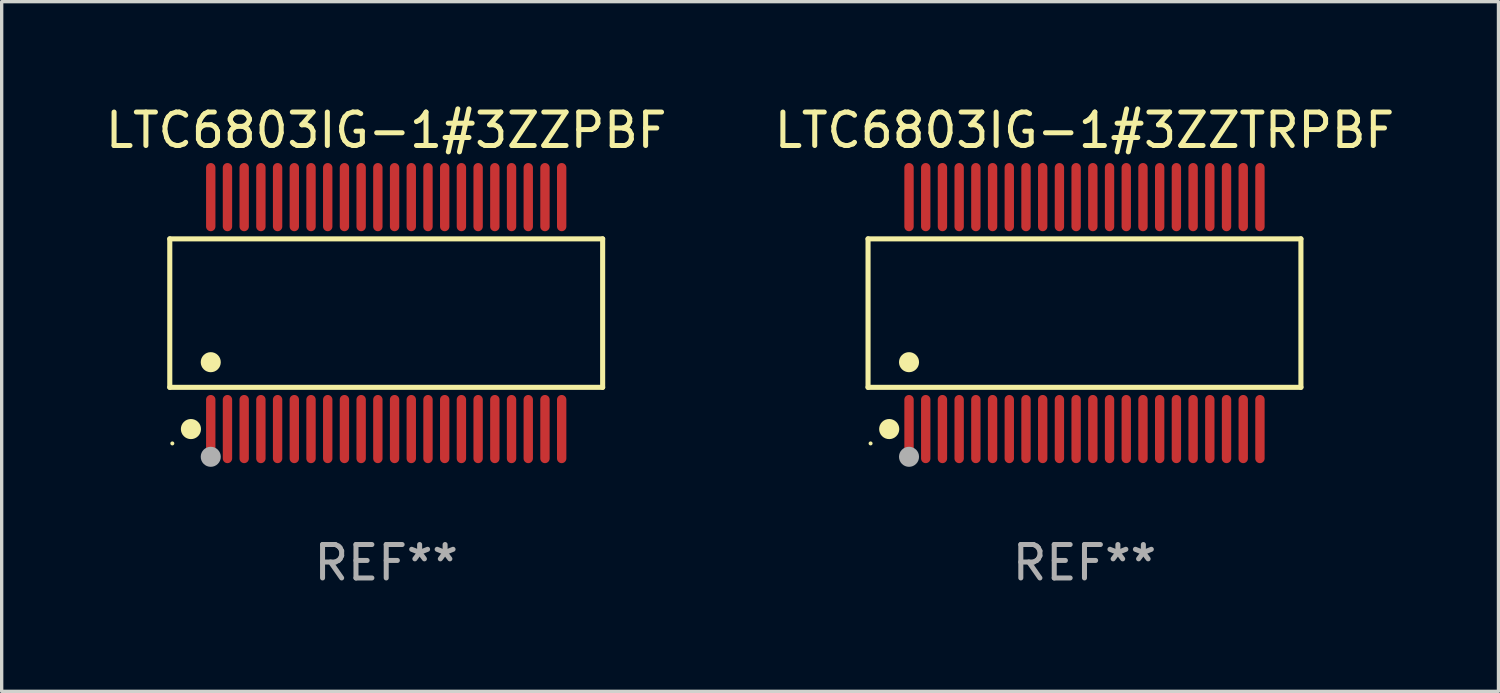
<source format=kicad_pcb>
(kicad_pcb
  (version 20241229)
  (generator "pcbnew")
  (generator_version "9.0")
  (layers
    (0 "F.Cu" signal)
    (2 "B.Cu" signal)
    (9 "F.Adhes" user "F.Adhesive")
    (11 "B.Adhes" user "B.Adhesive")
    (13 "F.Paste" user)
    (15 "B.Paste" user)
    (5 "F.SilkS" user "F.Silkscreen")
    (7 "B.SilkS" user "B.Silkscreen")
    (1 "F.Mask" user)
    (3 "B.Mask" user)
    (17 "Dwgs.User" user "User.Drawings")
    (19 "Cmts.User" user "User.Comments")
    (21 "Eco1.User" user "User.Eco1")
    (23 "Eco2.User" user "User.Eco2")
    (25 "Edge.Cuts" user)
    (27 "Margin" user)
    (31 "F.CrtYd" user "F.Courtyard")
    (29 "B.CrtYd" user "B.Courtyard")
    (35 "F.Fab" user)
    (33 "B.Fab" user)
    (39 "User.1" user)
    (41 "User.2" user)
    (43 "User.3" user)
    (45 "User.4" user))
  (footprint "LTC6803IG-1#3ZZTRPBF"
    (layer "F.Cu")
    (at 29.399 6.318)
    (property "Reference" "LTC6803IG-1#3ZZTRPBF" (at 0 -5.47 0) (layer "F.SilkS") (effects (font (size 1 1) (thickness 0.15))))
    (attr through_hole)
    (fp_line (start -6.476 -2.221) (end 6.476 -2.221) (stroke (width 0.152) (type solid)) (layer "F.SilkS"))
    (fp_line (start -6.476 2.221) (end -6.476 -2.221) (stroke (width 0.152) (type solid)) (layer "F.SilkS"))
    (fp_line (start 6.476 -2.221) (end 6.476 2.221) (stroke (width 0.152) (type solid)) (layer "F.SilkS"))
    (fp_line (start 6.476 2.221) (end -6.476 2.221) (stroke (width 0.152) (type solid)) (layer "F.SilkS"))
    (fp_circle (center -6.4 3.9) (end -6.37 3.9) (stroke (width 0.06) (type solid)) (fill no) (layer "F.SilkS"))
    (fp_circle (center -5.843 3.47) (end -5.692 3.47) (stroke (width 0.3) (type solid)) (fill no) (layer "F.SilkS"))
    (fp_circle (center -5.25 1.469) (end -5.1 1.469) (stroke (width 0.3) (type solid)) (fill no) (layer "F.SilkS"))
    (fp_circle (center -5.25 4.3) (end -5.1 4.3) (stroke (width 0.3) (type solid)) (fill no) (layer "F.Fab"))
    (fp_text user "REF**" (at 0 7.47 0) (layer "F.Fab") (effects (font (size 1 1) (thickness 0.15))))
    (pad "1" smd oval (at -5.25 3.47) (size 0.28 2.04) (layers "F.Cu" "F.Mask" "F.Paste"))
    (pad "2" smd oval (at -4.75 3.47) (size 0.28 2.04) (layers "F.Cu" "F.Mask" "F.Paste"))
    (pad "3" smd oval (at -4.25 3.47) (size 0.28 2.04) (layers "F.Cu" "F.Mask" "F.Paste"))
    (pad "4" smd oval (at -3.75 3.47) (size 0.28 2.04) (layers "F.Cu" "F.Mask" "F.Paste"))
    (pad "5" smd oval (at -3.25 3.47) (size 0.28 2.04) (layers "F.Cu" "F.Mask" "F.Paste"))
    (pad "6" smd oval (at -2.75 3.47) (size 0.28 2.04) (layers "F.Cu" "F.Mask" "F.Paste"))
    (pad "7" smd oval (at -2.25 3.47) (size 0.28 2.04) (layers "F.Cu" "F.Mask" "F.Paste"))
    (pad "8" smd oval (at -1.75 3.47) (size 0.28 2.04) (layers "F.Cu" "F.Mask" "F.Paste"))
    (pad "9" smd oval (at -1.25 3.47) (size 0.28 2.04) (layers "F.Cu" "F.Mask" "F.Paste"))
    (pad "10" smd oval (at -0.75 3.47) (size 0.28 2.04) (layers "F.Cu" "F.Mask" "F.Paste"))
    (pad "11" smd oval (at -0.25 3.47) (size 0.28 2.04) (layers "F.Cu" "F.Mask" "F.Paste"))
    (pad "12" smd oval (at 0.25 3.47) (size 0.28 2.04) (layers "F.Cu" "F.Mask" "F.Paste"))
    (pad "13" smd oval (at 0.75 3.47) (size 0.28 2.04) (layers "F.Cu" "F.Mask" "F.Paste"))
    (pad "14" smd oval (at 1.25 3.47) (size 0.28 2.04) (layers "F.Cu" "F.Mask" "F.Paste"))
    (pad "15" smd oval (at 1.75 3.47) (size 0.28 2.04) (layers "F.Cu" "F.Mask" "F.Paste"))
    (pad "16" smd oval (at 2.25 3.47) (size 0.28 2.04) (layers "F.Cu" "F.Mask" "F.Paste"))
    (pad "17" smd oval (at 2.75 3.47) (size 0.28 2.04) (layers "F.Cu" "F.Mask" "F.Paste"))
    (pad "18" smd oval (at 3.25 3.47) (size 0.28 2.04) (layers "F.Cu" "F.Mask" "F.Paste"))
    (pad "19" smd oval (at 3.75 3.47) (size 0.28 2.04) (layers "F.Cu" "F.Mask" "F.Paste"))
    (pad "20" smd oval (at 4.25 3.47) (size 0.28 2.04) (layers "F.Cu" "F.Mask" "F.Paste"))
    (pad "21" smd oval (at 4.75 3.47) (size 0.28 2.04) (layers "F.Cu" "F.Mask" "F.Paste"))
    (pad "22" smd oval (at 5.25 3.47) (size 0.28 2.04) (layers "F.Cu" "F.Mask" "F.Paste"))
    (pad "23" smd oval (at 5.25 -3.47) (size 0.28 2.04) (layers "F.Cu" "F.Mask" "F.Paste"))
    (pad "24" smd oval (at 4.75 -3.47) (size 0.28 2.04) (layers "F.Cu" "F.Mask" "F.Paste"))
    (pad "25" smd oval (at 4.25 -3.47) (size 0.28 2.04) (layers "F.Cu" "F.Mask" "F.Paste"))
    (pad "26" smd oval (at 3.75 -3.47) (size 0.28 2.04) (layers "F.Cu" "F.Mask" "F.Paste"))
    (pad "27" smd oval (at 3.25 -3.47) (size 0.28 2.04) (layers "F.Cu" "F.Mask" "F.Paste"))
    (pad "28" smd oval (at 2.75 -3.47) (size 0.28 2.04) (layers "F.Cu" "F.Mask" "F.Paste"))
    (pad "29" smd oval (at 2.25 -3.47) (size 0.28 2.04) (layers "F.Cu" "F.Mask" "F.Paste"))
    (pad "30" smd oval (at 1.75 -3.47) (size 0.28 2.04) (layers "F.Cu" "F.Mask" "F.Paste"))
    (pad "31" smd oval (at 1.25 -3.47) (size 0.28 2.04) (layers "F.Cu" "F.Mask" "F.Paste"))
    (pad "32" smd oval (at 0.75 -3.47) (size 0.28 2.04) (layers "F.Cu" "F.Mask" "F.Paste"))
    (pad "33" smd oval (at 0.25 -3.47) (size 0.28 2.04) (layers "F.Cu" "F.Mask" "F.Paste"))
    (pad "34" smd oval (at -0.25 -3.47) (size 0.28 2.04) (layers "F.Cu" "F.Mask" "F.Paste"))
    (pad "35" smd oval (at -0.75 -3.47) (size 0.28 2.04) (layers "F.Cu" "F.Mask" "F.Paste"))
    (pad "36" smd oval (at -1.25 -3.47) (size 0.28 2.04) (layers "F.Cu" "F.Mask" "F.Paste"))
    (pad "37" smd oval (at -1.75 -3.47) (size 0.28 2.04) (layers "F.Cu" "F.Mask" "F.Paste"))
    (pad "38" smd oval (at -2.25 -3.47) (size 0.28 2.04) (layers "F.Cu" "F.Mask" "F.Paste"))
    (pad "39" smd oval (at -2.75 -3.47) (size 0.28 2.04) (layers "F.Cu" "F.Mask" "F.Paste"))
    (pad "40" smd oval (at -3.25 -3.47) (size 0.28 2.04) (layers "F.Cu" "F.Mask" "F.Paste"))
    (pad "41" smd oval (at -3.75 -3.47) (size 0.28 2.04) (layers "F.Cu" "F.Mask" "F.Paste"))
    (pad "42" smd oval (at -4.25 -3.47) (size 0.28 2.04) (layers "F.Cu" "F.Mask" "F.Paste"))
    (pad "43" smd oval (at -4.75 -3.47) (size 0.28 2.04) (layers "F.Cu" "F.Mask" "F.Paste"))
    (pad "44" smd oval (at -5.25 -3.47) (size 0.28 2.04) (layers "F.Cu" "F.Mask" "F.Paste")))
  (footprint "LTC6803IG-1#3ZZPBF"
    (layer "F.Cu")
    (at 8.506 6.318)
    (property "Reference" "LTC6803IG-1#3ZZPBF" (at 0 -5.47 0) (layer "F.SilkS") (effects (font (size 1 1) (thickness 0.15))))
    (attr through_hole)
    (fp_line (start -6.476 -2.221) (end 6.476 -2.221) (stroke (width 0.152) (type solid)) (layer "F.SilkS"))
    (fp_line (start -6.476 2.221) (end -6.476 -2.221) (stroke (width 0.152) (type solid)) (layer "F.SilkS"))
    (fp_line (start 6.476 -2.221) (end 6.476 2.221) (stroke (width 0.152) (type solid)) (layer "F.SilkS"))
    (fp_line (start 6.476 2.221) (end -6.476 2.221) (stroke (width 0.152) (type solid)) (layer "F.SilkS"))
    (fp_circle (center -6.4 3.9) (end -6.37 3.9) (stroke (width 0.06) (type solid)) (fill no) (layer "F.SilkS"))
    (fp_circle (center -5.843 3.47) (end -5.692 3.47) (stroke (width 0.3) (type solid)) (fill no) (layer "F.SilkS"))
    (fp_circle (center -5.25 1.469) (end -5.1 1.469) (stroke (width 0.3) (type solid)) (fill no) (layer "F.SilkS"))
    (fp_circle (center -5.25 4.3) (end -5.1 4.3) (stroke (width 0.3) (type solid)) (fill no) (layer "F.Fab"))
    (fp_text user "REF**" (at 0 7.47 0) (layer "F.Fab") (effects (font (size 1 1) (thickness 0.15))))
    (pad "1" smd oval (at -5.25 3.47) (size 0.28 2.04) (layers "F.Cu" "F.Mask" "F.Paste"))
    (pad "2" smd oval (at -4.75 3.47) (size 0.28 2.04) (layers "F.Cu" "F.Mask" "F.Paste"))
    (pad "3" smd oval (at -4.25 3.47) (size 0.28 2.04) (layers "F.Cu" "F.Mask" "F.Paste"))
    (pad "4" smd oval (at -3.75 3.47) (size 0.28 2.04) (layers "F.Cu" "F.Mask" "F.Paste"))
    (pad "5" smd oval (at -3.25 3.47) (size 0.28 2.04) (layers "F.Cu" "F.Mask" "F.Paste"))
    (pad "6" smd oval (at -2.75 3.47) (size 0.28 2.04) (layers "F.Cu" "F.Mask" "F.Paste"))
    (pad "7" smd oval (at -2.25 3.47) (size 0.28 2.04) (layers "F.Cu" "F.Mask" "F.Paste"))
    (pad "8" smd oval (at -1.75 3.47) (size 0.28 2.04) (layers "F.Cu" "F.Mask" "F.Paste"))
    (pad "9" smd oval (at -1.25 3.47) (size 0.28 2.04) (layers "F.Cu" "F.Mask" "F.Paste"))
    (pad "10" smd oval (at -0.75 3.47) (size 0.28 2.04) (layers "F.Cu" "F.Mask" "F.Paste"))
    (pad "11" smd oval (at -0.25 3.47) (size 0.28 2.04) (layers "F.Cu" "F.Mask" "F.Paste"))
    (pad "12" smd oval (at 0.25 3.47) (size 0.28 2.04) (layers "F.Cu" "F.Mask" "F.Paste"))
    (pad "13" smd oval (at 0.75 3.47) (size 0.28 2.04) (layers "F.Cu" "F.Mask" "F.Paste"))
    (pad "14" smd oval (at 1.25 3.47) (size 0.28 2.04) (layers "F.Cu" "F.Mask" "F.Paste"))
    (pad "15" smd oval (at 1.75 3.47) (size 0.28 2.04) (layers "F.Cu" "F.Mask" "F.Paste"))
    (pad "16" smd oval (at 2.25 3.47) (size 0.28 2.04) (layers "F.Cu" "F.Mask" "F.Paste"))
    (pad "17" smd oval (at 2.75 3.47) (size 0.28 2.04) (layers "F.Cu" "F.Mask" "F.Paste"))
    (pad "18" smd oval (at 3.25 3.47) (size 0.28 2.04) (layers "F.Cu" "F.Mask" "F.Paste"))
    (pad "19" smd oval (at 3.75 3.47) (size 0.28 2.04) (layers "F.Cu" "F.Mask" "F.Paste"))
    (pad "20" smd oval (at 4.25 3.47) (size 0.28 2.04) (layers "F.Cu" "F.Mask" "F.Paste"))
    (pad "21" smd oval (at 4.75 3.47) (size 0.28 2.04) (layers "F.Cu" "F.Mask" "F.Paste"))
    (pad "22" smd oval (at 5.25 3.47) (size 0.28 2.04) (layers "F.Cu" "F.Mask" "F.Paste"))
    (pad "23" smd oval (at 5.25 -3.47) (size 0.28 2.04) (layers "F.Cu" "F.Mask" "F.Paste"))
    (pad "24" smd oval (at 4.75 -3.47) (size 0.28 2.04) (layers "F.Cu" "F.Mask" "F.Paste"))
    (pad "25" smd oval (at 4.25 -3.47) (size 0.28 2.04) (layers "F.Cu" "F.Mask" "F.Paste"))
    (pad "26" smd oval (at 3.75 -3.47) (size 0.28 2.04) (layers "F.Cu" "F.Mask" "F.Paste"))
    (pad "27" smd oval (at 3.25 -3.47) (size 0.28 2.04) (layers "F.Cu" "F.Mask" "F.Paste"))
    (pad "28" smd oval (at 2.75 -3.47) (size 0.28 2.04) (layers "F.Cu" "F.Mask" "F.Paste"))
    (pad "29" smd oval (at 2.25 -3.47) (size 0.28 2.04) (layers "F.Cu" "F.Mask" "F.Paste"))
    (pad "30" smd oval (at 1.75 -3.47) (size 0.28 2.04) (layers "F.Cu" "F.Mask" "F.Paste"))
    (pad "31" smd oval (at 1.25 -3.47) (size 0.28 2.04) (layers "F.Cu" "F.Mask" "F.Paste"))
    (pad "32" smd oval (at 0.75 -3.47) (size 0.28 2.04) (layers "F.Cu" "F.Mask" "F.Paste"))
    (pad "33" smd oval (at 0.25 -3.47) (size 0.28 2.04) (layers "F.Cu" "F.Mask" "F.Paste"))
    (pad "34" smd oval (at -0.25 -3.47) (size 0.28 2.04) (layers "F.Cu" "F.Mask" "F.Paste"))
    (pad "35" smd oval (at -0.75 -3.47) (size 0.28 2.04) (layers "F.Cu" "F.Mask" "F.Paste"))
    (pad "36" smd oval (at -1.25 -3.47) (size 0.28 2.04) (layers "F.Cu" "F.Mask" "F.Paste"))
    (pad "37" smd oval (at -1.75 -3.47) (size 0.28 2.04) (layers "F.Cu" "F.Mask" "F.Paste"))
    (pad "38" smd oval (at -2.25 -3.47) (size 0.28 2.04) (layers "F.Cu" "F.Mask" "F.Paste"))
    (pad "39" smd oval (at -2.75 -3.47) (size 0.28 2.04) (layers "F.Cu" "F.Mask" "F.Paste"))
    (pad "40" smd oval (at -3.25 -3.47) (size 0.28 2.04) (layers "F.Cu" "F.Mask" "F.Paste"))
    (pad "41" smd oval (at -3.75 -3.47) (size 0.28 2.04) (layers "F.Cu" "F.Mask" "F.Paste"))
    (pad "42" smd oval (at -4.25 -3.47) (size 0.28 2.04) (layers "F.Cu" "F.Mask" "F.Paste"))
    (pad "43" smd oval (at -4.75 -3.47) (size 0.28 2.04) (layers "F.Cu" "F.Mask" "F.Paste"))
    (pad "44" smd oval (at -5.25 -3.47) (size 0.28 2.04) (layers "F.Cu" "F.Mask" "F.Paste")))
  (gr_rect
    (start -3 -3)
    (end 41.786 17.636)
    (stroke (width 0.1) (type default))
    (fill no)
    (layer "Edge.Cuts")))
</source>
